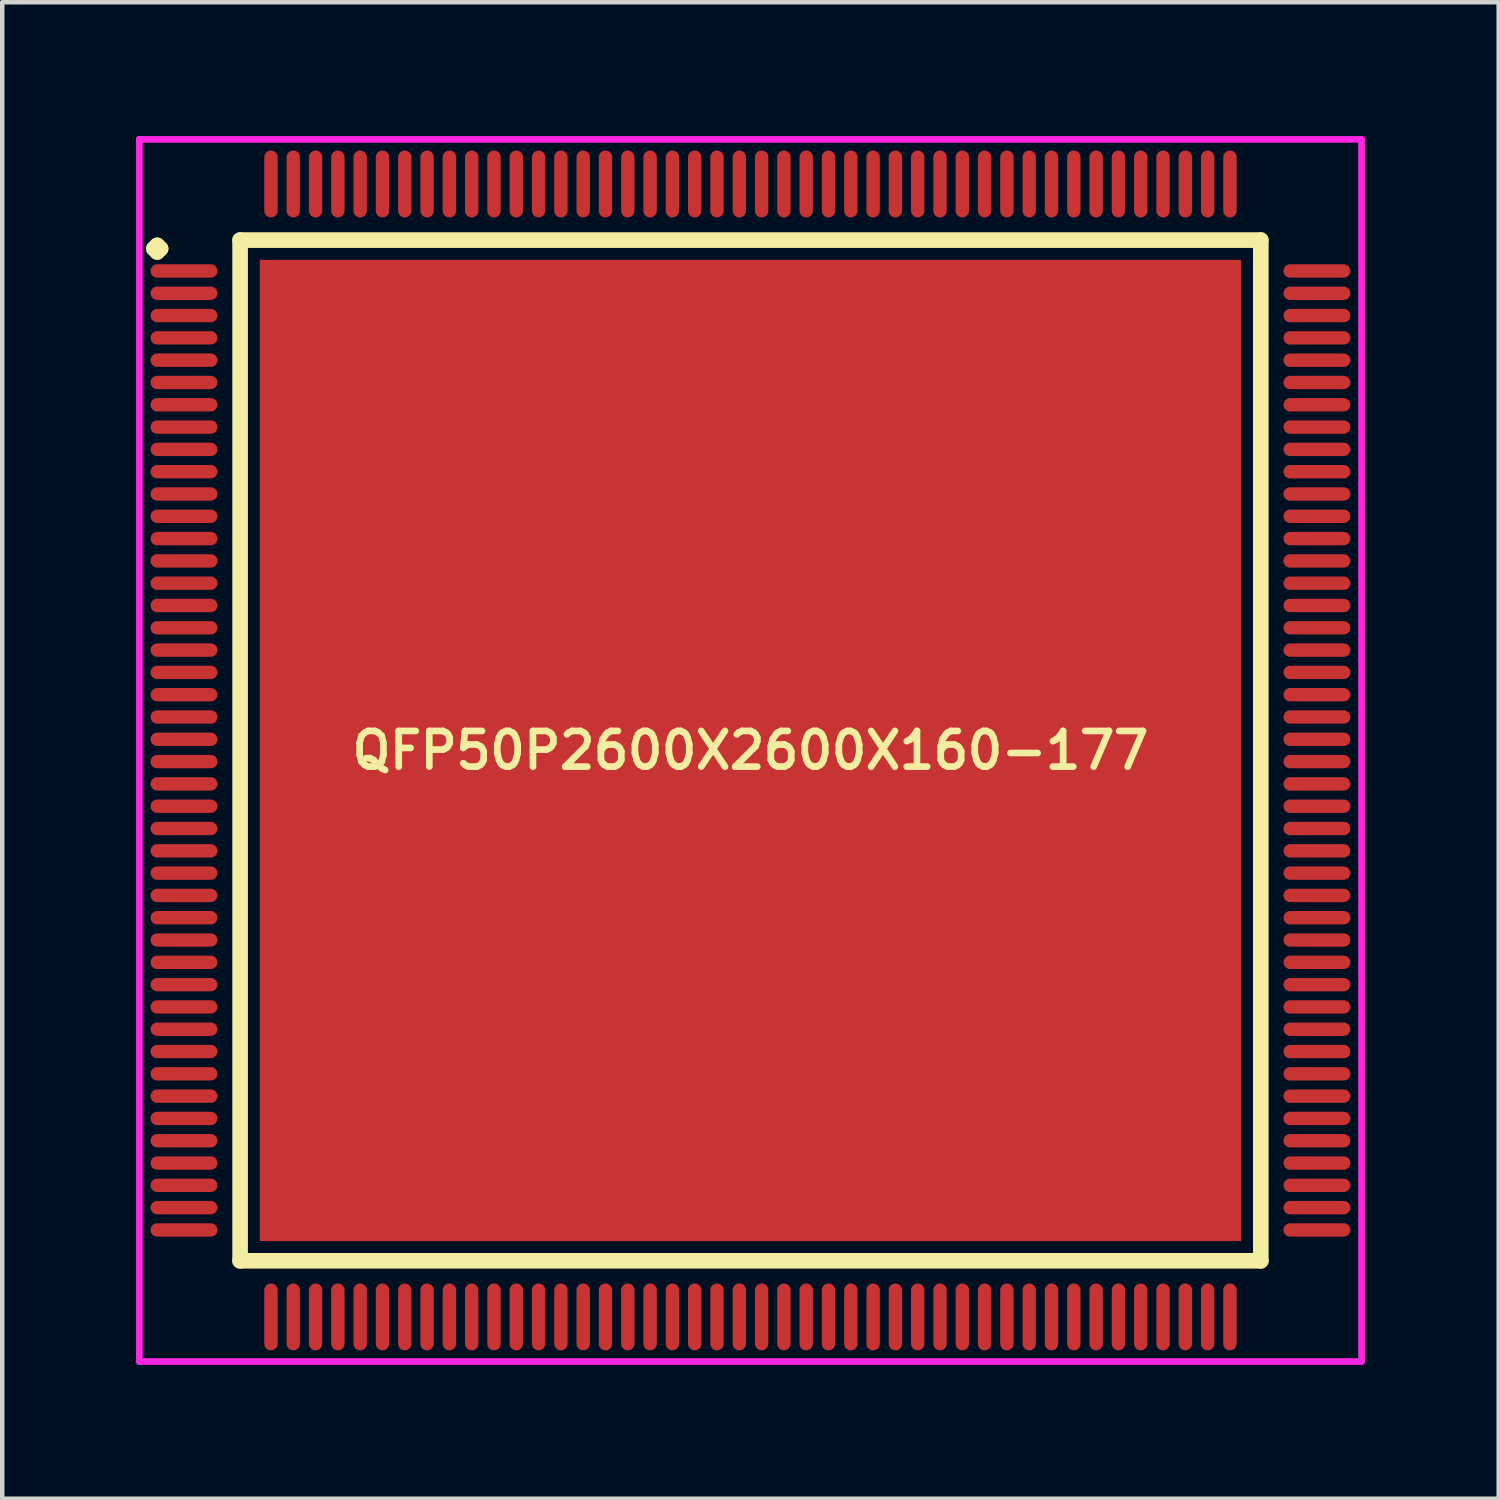
<source format=kicad_pcb>
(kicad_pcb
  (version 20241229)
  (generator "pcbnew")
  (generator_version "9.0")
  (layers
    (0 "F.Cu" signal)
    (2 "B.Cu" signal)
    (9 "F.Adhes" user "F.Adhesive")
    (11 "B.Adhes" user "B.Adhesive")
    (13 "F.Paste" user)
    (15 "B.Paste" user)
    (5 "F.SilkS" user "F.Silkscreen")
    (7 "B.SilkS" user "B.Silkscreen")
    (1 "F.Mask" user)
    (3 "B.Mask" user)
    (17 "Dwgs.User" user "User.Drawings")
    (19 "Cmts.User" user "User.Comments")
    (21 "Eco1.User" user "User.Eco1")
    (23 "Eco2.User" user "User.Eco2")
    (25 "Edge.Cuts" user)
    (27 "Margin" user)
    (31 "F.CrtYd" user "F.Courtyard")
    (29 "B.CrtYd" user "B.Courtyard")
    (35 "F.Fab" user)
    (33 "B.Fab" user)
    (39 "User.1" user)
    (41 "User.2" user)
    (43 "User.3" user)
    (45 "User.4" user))
  (footprint "QFP50P2600X2600X160-177"
    (layer "F.Cu")
    (at 13.775 13.775)
    (property "Reference" "QFP50P2600X2600X160-177" (at 0 0 0) (layer "F.SilkS") (effects (font (size 0.8 0.8) (thickness 0.15))))
    (attr through_hole)
    (fp_line (start -13.375 -11.25) (end -13.3 -11.325) (stroke (width 0.35) (type solid)) (layer "F.SilkS"))
    (fp_line (start -13.3 -11.325) (end -13.225 -11.25) (stroke (width 0.35) (type solid)) (layer "F.SilkS"))
    (fp_line (start -13.3 -11.175) (end -13.375 -11.25) (stroke (width 0.35) (type solid)) (layer "F.SilkS"))
    (fp_line (start -13.225 -11.25) (end -13.3 -11.175) (stroke (width 0.35) (type solid)) (layer "F.SilkS"))
    (fp_line (start -11.442 -11.442) (end -11.442 11.442) (stroke (width 0.35) (type solid)) (layer "F.SilkS"))
    (fp_line (start -11.442 11.442) (end 11.442 11.442) (stroke (width 0.35) (type solid)) (layer "F.SilkS"))
    (fp_line (start 11.442 -11.442) (end -11.442 -11.442) (stroke (width 0.35) (type solid)) (layer "F.SilkS"))
    (fp_line (start 11.442 11.442) (end 11.442 -11.442) (stroke (width 0.35) (type solid)) (layer "F.SilkS"))
    (fp_line (start -13.7 -13.7) (end 13.7 -13.7) (stroke (width 0.15) (type solid)) (layer "F.CrtYd"))
    (fp_line (start -13.7 13.7) (end -13.7 -13.7) (stroke (width 0.15) (type solid)) (layer "F.CrtYd"))
    (fp_line (start 13.7 -13.7) (end 13.7 13.7) (stroke (width 0.15) (type solid)) (layer "F.CrtYd"))
    (fp_line (start 13.7 13.7) (end -13.7 13.7) (stroke (width 0.15) (type solid)) (layer "F.CrtYd"))
    (pad "1" smd oval (at -12.7 -10.75) (size 1.5 0.3) (layers "F.Cu" "F.Mask" "F.Paste"))
    (pad "2" smd oval (at -12.7 -10.25) (size 1.5 0.3) (layers "F.Cu" "F.Mask" "F.Paste"))
    (pad "3" smd oval (at -12.7 -9.75) (size 1.5 0.3) (layers "F.Cu" "F.Mask" "F.Paste"))
    (pad "4" smd oval (at -12.7 -9.25) (size 1.5 0.3) (layers "F.Cu" "F.Mask" "F.Paste"))
    (pad "5" smd oval (at -12.7 -8.75) (size 1.5 0.3) (layers "F.Cu" "F.Mask" "F.Paste"))
    (pad "6" smd oval (at -12.7 -8.25) (size 1.5 0.3) (layers "F.Cu" "F.Mask" "F.Paste"))
    (pad "7" smd oval (at -12.7 -7.75) (size 1.5 0.3) (layers "F.Cu" "F.Mask" "F.Paste"))
    (pad "8" smd oval (at -12.7 -7.25) (size 1.5 0.3) (layers "F.Cu" "F.Mask" "F.Paste"))
    (pad "9" smd oval (at -12.7 -6.75) (size 1.5 0.3) (layers "F.Cu" "F.Mask" "F.Paste"))
    (pad "10" smd oval (at -12.7 -6.25) (size 1.5 0.3) (layers "F.Cu" "F.Mask" "F.Paste"))
    (pad "11" smd oval (at -12.7 -5.75) (size 1.5 0.3) (layers "F.Cu" "F.Mask" "F.Paste"))
    (pad "12" smd oval (at -12.7 -5.25) (size 1.5 0.3) (layers "F.Cu" "F.Mask" "F.Paste"))
    (pad "13" smd oval (at -12.7 -4.75) (size 1.5 0.3) (layers "F.Cu" "F.Mask" "F.Paste"))
    (pad "14" smd oval (at -12.7 -4.25) (size 1.5 0.3) (layers "F.Cu" "F.Mask" "F.Paste"))
    (pad "15" smd oval (at -12.7 -3.75) (size 1.5 0.3) (layers "F.Cu" "F.Mask" "F.Paste"))
    (pad "16" smd oval (at -12.7 -3.25) (size 1.5 0.3) (layers "F.Cu" "F.Mask" "F.Paste"))
    (pad "17" smd oval (at -12.7 -2.75) (size 1.5 0.3) (layers "F.Cu" "F.Mask" "F.Paste"))
    (pad "18" smd oval (at -12.7 -2.25) (size 1.5 0.3) (layers "F.Cu" "F.Mask" "F.Paste"))
    (pad "19" smd oval (at -12.7 -1.75) (size 1.5 0.3) (layers "F.Cu" "F.Mask" "F.Paste"))
    (pad "20" smd oval (at -12.7 -1.25) (size 1.5 0.3) (layers "F.Cu" "F.Mask" "F.Paste"))
    (pad "21" smd oval (at -12.7 -0.75) (size 1.5 0.3) (layers "F.Cu" "F.Mask" "F.Paste"))
    (pad "22" smd oval (at -12.7 -0.25) (size 1.5 0.3) (layers "F.Cu" "F.Mask" "F.Paste"))
    (pad "23" smd oval (at -12.7 0.25) (size 1.5 0.3) (layers "F.Cu" "F.Mask" "F.Paste"))
    (pad "24" smd oval (at -12.7 0.75) (size 1.5 0.3) (layers "F.Cu" "F.Mask" "F.Paste"))
    (pad "25" smd oval (at -12.7 1.25) (size 1.5 0.3) (layers "F.Cu" "F.Mask" "F.Paste"))
    (pad "26" smd oval (at -12.7 1.75) (size 1.5 0.3) (layers "F.Cu" "F.Mask" "F.Paste"))
    (pad "27" smd oval (at -12.7 2.25) (size 1.5 0.3) (layers "F.Cu" "F.Mask" "F.Paste"))
    (pad "28" smd oval (at -12.7 2.75) (size 1.5 0.3) (layers "F.Cu" "F.Mask" "F.Paste"))
    (pad "29" smd oval (at -12.7 3.25) (size 1.5 0.3) (layers "F.Cu" "F.Mask" "F.Paste"))
    (pad "30" smd oval (at -12.7 3.75) (size 1.5 0.3) (layers "F.Cu" "F.Mask" "F.Paste"))
    (pad "31" smd oval (at -12.7 4.25) (size 1.5 0.3) (layers "F.Cu" "F.Mask" "F.Paste"))
    (pad "32" smd oval (at -12.7 4.75) (size 1.5 0.3) (layers "F.Cu" "F.Mask" "F.Paste"))
    (pad "33" smd oval (at -12.7 5.25) (size 1.5 0.3) (layers "F.Cu" "F.Mask" "F.Paste"))
    (pad "34" smd oval (at -12.7 5.75) (size 1.5 0.3) (layers "F.Cu" "F.Mask" "F.Paste"))
    (pad "35" smd oval (at -12.7 6.25) (size 1.5 0.3) (layers "F.Cu" "F.Mask" "F.Paste"))
    (pad "36" smd oval (at -12.7 6.75) (size 1.5 0.3) (layers "F.Cu" "F.Mask" "F.Paste"))
    (pad "37" smd oval (at -12.7 7.25) (size 1.5 0.3) (layers "F.Cu" "F.Mask" "F.Paste"))
    (pad "38" smd oval (at -12.7 7.75) (size 1.5 0.3) (layers "F.Cu" "F.Mask" "F.Paste"))
    (pad "39" smd oval (at -12.7 8.25) (size 1.5 0.3) (layers "F.Cu" "F.Mask" "F.Paste"))
    (pad "40" smd oval (at -12.7 8.75) (size 1.5 0.3) (layers "F.Cu" "F.Mask" "F.Paste"))
    (pad "41" smd oval (at -12.7 9.25) (size 1.5 0.3) (layers "F.Cu" "F.Mask" "F.Paste"))
    (pad "42" smd oval (at -12.7 9.75) (size 1.5 0.3) (layers "F.Cu" "F.Mask" "F.Paste"))
    (pad "43" smd oval (at -12.7 10.25) (size 1.5 0.3) (layers "F.Cu" "F.Mask" "F.Paste"))
    (pad "44" smd oval (at -12.7 10.75) (size 1.5 0.3) (layers "F.Cu" "F.Mask" "F.Paste"))
    (pad "45" smd oval (at -10.75 12.7) (size 0.3 1.5) (layers "F.Cu" "F.Mask" "F.Paste"))
    (pad "46" smd oval (at -10.25 12.7) (size 0.3 1.5) (layers "F.Cu" "F.Mask" "F.Paste"))
    (pad "47" smd oval (at -9.75 12.7) (size 0.3 1.5) (layers "F.Cu" "F.Mask" "F.Paste"))
    (pad "48" smd oval (at -9.25 12.7) (size 0.3 1.5) (layers "F.Cu" "F.Mask" "F.Paste"))
    (pad "49" smd oval (at -8.75 12.7) (size 0.3 1.5) (layers "F.Cu" "F.Mask" "F.Paste"))
    (pad "50" smd oval (at -8.25 12.7) (size 0.3 1.5) (layers "F.Cu" "F.Mask" "F.Paste"))
    (pad "51" smd oval (at -7.75 12.7) (size 0.3 1.5) (layers "F.Cu" "F.Mask" "F.Paste"))
    (pad "52" smd oval (at -7.25 12.7) (size 0.3 1.5) (layers "F.Cu" "F.Mask" "F.Paste"))
    (pad "53" smd oval (at -6.75 12.7) (size 0.3 1.5) (layers "F.Cu" "F.Mask" "F.Paste"))
    (pad "54" smd oval (at -6.25 12.7) (size 0.3 1.5) (layers "F.Cu" "F.Mask" "F.Paste"))
    (pad "55" smd oval (at -5.75 12.7) (size 0.3 1.5) (layers "F.Cu" "F.Mask" "F.Paste"))
    (pad "56" smd oval (at -5.25 12.7) (size 0.3 1.5) (layers "F.Cu" "F.Mask" "F.Paste"))
    (pad "57" smd oval (at -4.75 12.7) (size 0.3 1.5) (layers "F.Cu" "F.Mask" "F.Paste"))
    (pad "58" smd oval (at -4.25 12.7) (size 0.3 1.5) (layers "F.Cu" "F.Mask" "F.Paste"))
    (pad "59" smd oval (at -3.75 12.7) (size 0.3 1.5) (layers "F.Cu" "F.Mask" "F.Paste"))
    (pad "60" smd oval (at -3.25 12.7) (size 0.3 1.5) (layers "F.Cu" "F.Mask" "F.Paste"))
    (pad "61" smd oval (at -2.75 12.7) (size 0.3 1.5) (layers "F.Cu" "F.Mask" "F.Paste"))
    (pad "62" smd oval (at -2.25 12.7) (size 0.3 1.5) (layers "F.Cu" "F.Mask" "F.Paste"))
    (pad "63" smd oval (at -1.75 12.7) (size 0.3 1.5) (layers "F.Cu" "F.Mask" "F.Paste"))
    (pad "64" smd oval (at -1.25 12.7) (size 0.3 1.5) (layers "F.Cu" "F.Mask" "F.Paste"))
    (pad "65" smd oval (at -0.75 12.7) (size 0.3 1.5) (layers "F.Cu" "F.Mask" "F.Paste"))
    (pad "66" smd oval (at -0.25 12.7) (size 0.3 1.5) (layers "F.Cu" "F.Mask" "F.Paste"))
    (pad "67" smd oval (at 0.25 12.7) (size 0.3 1.5) (layers "F.Cu" "F.Mask" "F.Paste"))
    (pad "68" smd oval (at 0.75 12.7) (size 0.3 1.5) (layers "F.Cu" "F.Mask" "F.Paste"))
    (pad "69" smd oval (at 1.25 12.7) (size 0.3 1.5) (layers "F.Cu" "F.Mask" "F.Paste"))
    (pad "70" smd oval (at 1.75 12.7) (size 0.3 1.5) (layers "F.Cu" "F.Mask" "F.Paste"))
    (pad "71" smd oval (at 2.25 12.7) (size 0.3 1.5) (layers "F.Cu" "F.Mask" "F.Paste"))
    (pad "72" smd oval (at 2.75 12.7) (size 0.3 1.5) (layers "F.Cu" "F.Mask" "F.Paste"))
    (pad "73" smd oval (at 3.25 12.7) (size 0.3 1.5) (layers "F.Cu" "F.Mask" "F.Paste"))
    (pad "74" smd oval (at 3.75 12.7) (size 0.3 1.5) (layers "F.Cu" "F.Mask" "F.Paste"))
    (pad "75" smd oval (at 4.25 12.7) (size 0.3 1.5) (layers "F.Cu" "F.Mask" "F.Paste"))
    (pad "76" smd oval (at 4.75 12.7) (size 0.3 1.5) (layers "F.Cu" "F.Mask" "F.Paste"))
    (pad "77" smd oval (at 5.25 12.7) (size 0.3 1.5) (layers "F.Cu" "F.Mask" "F.Paste"))
    (pad "78" smd oval (at 5.75 12.7) (size 0.3 1.5) (layers "F.Cu" "F.Mask" "F.Paste"))
    (pad "79" smd oval (at 6.25 12.7) (size 0.3 1.5) (layers "F.Cu" "F.Mask" "F.Paste"))
    (pad "80" smd oval (at 6.75 12.7) (size 0.3 1.5) (layers "F.Cu" "F.Mask" "F.Paste"))
    (pad "81" smd oval (at 7.25 12.7) (size 0.3 1.5) (layers "F.Cu" "F.Mask" "F.Paste"))
    (pad "82" smd oval (at 7.75 12.7) (size 0.3 1.5) (layers "F.Cu" "F.Mask" "F.Paste"))
    (pad "83" smd oval (at 8.25 12.7) (size 0.3 1.5) (layers "F.Cu" "F.Mask" "F.Paste"))
    (pad "84" smd oval (at 8.75 12.7) (size 0.3 1.5) (layers "F.Cu" "F.Mask" "F.Paste"))
    (pad "85" smd oval (at 9.25 12.7) (size 0.3 1.5) (layers "F.Cu" "F.Mask" "F.Paste"))
    (pad "86" smd oval (at 9.75 12.7) (size 0.3 1.5) (layers "F.Cu" "F.Mask" "F.Paste"))
    (pad "87" smd oval (at 10.25 12.7) (size 0.3 1.5) (layers "F.Cu" "F.Mask" "F.Paste"))
    (pad "88" smd oval (at 10.75 12.7) (size 0.3 1.5) (layers "F.Cu" "F.Mask" "F.Paste"))
    (pad "89" smd oval (at 12.7 10.75) (size 1.5 0.3) (layers "F.Cu" "F.Mask" "F.Paste"))
    (pad "90" smd oval (at 12.7 10.25) (size 1.5 0.3) (layers "F.Cu" "F.Mask" "F.Paste"))
    (pad "91" smd oval (at 12.7 9.75) (size 1.5 0.3) (layers "F.Cu" "F.Mask" "F.Paste"))
    (pad "92" smd oval (at 12.7 9.25) (size 1.5 0.3) (layers "F.Cu" "F.Mask" "F.Paste"))
    (pad "93" smd oval (at 12.7 8.75) (size 1.5 0.3) (layers "F.Cu" "F.Mask" "F.Paste"))
    (pad "94" smd oval (at 12.7 8.25) (size 1.5 0.3) (layers "F.Cu" "F.Mask" "F.Paste"))
    (pad "95" smd oval (at 12.7 7.75) (size 1.5 0.3) (layers "F.Cu" "F.Mask" "F.Paste"))
    (pad "96" smd oval (at 12.7 7.25) (size 1.5 0.3) (layers "F.Cu" "F.Mask" "F.Paste"))
    (pad "97" smd oval (at 12.7 6.75) (size 1.5 0.3) (layers "F.Cu" "F.Mask" "F.Paste"))
    (pad "98" smd oval (at 12.7 6.25) (size 1.5 0.3) (layers "F.Cu" "F.Mask" "F.Paste"))
    (pad "99" smd oval (at 12.7 5.75) (size 1.5 0.3) (layers "F.Cu" "F.Mask" "F.Paste"))
    (pad "100" smd oval (at 12.7 5.25) (size 1.5 0.3) (layers "F.Cu" "F.Mask" "F.Paste"))
    (pad "101" smd oval (at 12.7 4.75) (size 1.5 0.3) (layers "F.Cu" "F.Mask" "F.Paste"))
    (pad "102" smd oval (at 12.7 4.25) (size 1.5 0.3) (layers "F.Cu" "F.Mask" "F.Paste"))
    (pad "103" smd oval (at 12.7 3.75) (size 1.5 0.3) (layers "F.Cu" "F.Mask" "F.Paste"))
    (pad "104" smd oval (at 12.7 3.25) (size 1.5 0.3) (layers "F.Cu" "F.Mask" "F.Paste"))
    (pad "105" smd oval (at 12.7 2.75) (size 1.5 0.3) (layers "F.Cu" "F.Mask" "F.Paste"))
    (pad "106" smd oval (at 12.7 2.25) (size 1.5 0.3) (layers "F.Cu" "F.Mask" "F.Paste"))
    (pad "107" smd oval (at 12.7 1.75) (size 1.5 0.3) (layers "F.Cu" "F.Mask" "F.Paste"))
    (pad "108" smd oval (at 12.7 1.25) (size 1.5 0.3) (layers "F.Cu" "F.Mask" "F.Paste"))
    (pad "109" smd oval (at 12.7 0.75) (size 1.5 0.3) (layers "F.Cu" "F.Mask" "F.Paste"))
    (pad "110" smd oval (at 12.7 0.25) (size 1.5 0.3) (layers "F.Cu" "F.Mask" "F.Paste"))
    (pad "111" smd oval (at 12.7 -0.25) (size 1.5 0.3) (layers "F.Cu" "F.Mask" "F.Paste"))
    (pad "112" smd oval (at 12.7 -0.75) (size 1.5 0.3) (layers "F.Cu" "F.Mask" "F.Paste"))
    (pad "113" smd oval (at 12.7 -1.25) (size 1.5 0.3) (layers "F.Cu" "F.Mask" "F.Paste"))
    (pad "114" smd oval (at 12.7 -1.75) (size 1.5 0.3) (layers "F.Cu" "F.Mask" "F.Paste"))
    (pad "115" smd oval (at 12.7 -2.25) (size 1.5 0.3) (layers "F.Cu" "F.Mask" "F.Paste"))
    (pad "116" smd oval (at 12.7 -2.75) (size 1.5 0.3) (layers "F.Cu" "F.Mask" "F.Paste"))
    (pad "117" smd oval (at 12.7 -3.25) (size 1.5 0.3) (layers "F.Cu" "F.Mask" "F.Paste"))
    (pad "118" smd oval (at 12.7 -3.75) (size 1.5 0.3) (layers "F.Cu" "F.Mask" "F.Paste"))
    (pad "119" smd oval (at 12.7 -4.25) (size 1.5 0.3) (layers "F.Cu" "F.Mask" "F.Paste"))
    (pad "120" smd oval (at 12.7 -4.75) (size 1.5 0.3) (layers "F.Cu" "F.Mask" "F.Paste"))
    (pad "121" smd oval (at 12.7 -5.25) (size 1.5 0.3) (layers "F.Cu" "F.Mask" "F.Paste"))
    (pad "122" smd oval (at 12.7 -5.75) (size 1.5 0.3) (layers "F.Cu" "F.Mask" "F.Paste"))
    (pad "123" smd oval (at 12.7 -6.25) (size 1.5 0.3) (layers "F.Cu" "F.Mask" "F.Paste"))
    (pad "124" smd oval (at 12.7 -6.75) (size 1.5 0.3) (layers "F.Cu" "F.Mask" "F.Paste"))
    (pad "125" smd oval (at 12.7 -7.25) (size 1.5 0.3) (layers "F.Cu" "F.Mask" "F.Paste"))
    (pad "126" smd oval (at 12.7 -7.75) (size 1.5 0.3) (layers "F.Cu" "F.Mask" "F.Paste"))
    (pad "127" smd oval (at 12.7 -8.25) (size 1.5 0.3) (layers "F.Cu" "F.Mask" "F.Paste"))
    (pad "128" smd oval (at 12.7 -8.75) (size 1.5 0.3) (layers "F.Cu" "F.Mask" "F.Paste"))
    (pad "129" smd oval (at 12.7 -9.25) (size 1.5 0.3) (layers "F.Cu" "F.Mask" "F.Paste"))
    (pad "130" smd oval (at 12.7 -9.75) (size 1.5 0.3) (layers "F.Cu" "F.Mask" "F.Paste"))
    (pad "131" smd oval (at 12.7 -10.25) (size 1.5 0.3) (layers "F.Cu" "F.Mask" "F.Paste"))
    (pad "132" smd oval (at 12.7 -10.75) (size 1.5 0.3) (layers "F.Cu" "F.Mask" "F.Paste"))
    (pad "133" smd oval (at 10.75 -12.7) (size 0.3 1.5) (layers "F.Cu" "F.Mask" "F.Paste"))
    (pad "134" smd oval (at 10.25 -12.7) (size 0.3 1.5) (layers "F.Cu" "F.Mask" "F.Paste"))
    (pad "135" smd oval (at 9.75 -12.7) (size 0.3 1.5) (layers "F.Cu" "F.Mask" "F.Paste"))
    (pad "136" smd oval (at 9.25 -12.7) (size 0.3 1.5) (layers "F.Cu" "F.Mask" "F.Paste"))
    (pad "137" smd oval (at 8.75 -12.7) (size 0.3 1.5) (layers "F.Cu" "F.Mask" "F.Paste"))
    (pad "138" smd oval (at 8.25 -12.7) (size 0.3 1.5) (layers "F.Cu" "F.Mask" "F.Paste"))
    (pad "139" smd oval (at 7.75 -12.7) (size 0.3 1.5) (layers "F.Cu" "F.Mask" "F.Paste"))
    (pad "140" smd oval (at 7.25 -12.7) (size 0.3 1.5) (layers "F.Cu" "F.Mask" "F.Paste"))
    (pad "141" smd oval (at 6.75 -12.7) (size 0.3 1.5) (layers "F.Cu" "F.Mask" "F.Paste"))
    (pad "142" smd oval (at 6.25 -12.7) (size 0.3 1.5) (layers "F.Cu" "F.Mask" "F.Paste"))
    (pad "143" smd oval (at 5.75 -12.7) (size 0.3 1.5) (layers "F.Cu" "F.Mask" "F.Paste"))
    (pad "144" smd oval (at 5.25 -12.7) (size 0.3 1.5) (layers "F.Cu" "F.Mask" "F.Paste"))
    (pad "145" smd oval (at 4.75 -12.7) (size 0.3 1.5) (layers "F.Cu" "F.Mask" "F.Paste"))
    (pad "146" smd oval (at 4.25 -12.7) (size 0.3 1.5) (layers "F.Cu" "F.Mask" "F.Paste"))
    (pad "147" smd oval (at 3.75 -12.7) (size 0.3 1.5) (layers "F.Cu" "F.Mask" "F.Paste"))
    (pad "148" smd oval (at 3.25 -12.7) (size 0.3 1.5) (layers "F.Cu" "F.Mask" "F.Paste"))
    (pad "149" smd oval (at 2.75 -12.7) (size 0.3 1.5) (layers "F.Cu" "F.Mask" "F.Paste"))
    (pad "150" smd oval (at 2.25 -12.7) (size 0.3 1.5) (layers "F.Cu" "F.Mask" "F.Paste"))
    (pad "151" smd oval (at 1.75 -12.7) (size 0.3 1.5) (layers "F.Cu" "F.Mask" "F.Paste"))
    (pad "152" smd oval (at 1.25 -12.7) (size 0.3 1.5) (layers "F.Cu" "F.Mask" "F.Paste"))
    (pad "153" smd oval (at 0.75 -12.7) (size 0.3 1.5) (layers "F.Cu" "F.Mask" "F.Paste"))
    (pad "154" smd oval (at 0.25 -12.7) (size 0.3 1.5) (layers "F.Cu" "F.Mask" "F.Paste"))
    (pad "155" smd oval (at -0.25 -12.7) (size 0.3 1.5) (layers "F.Cu" "F.Mask" "F.Paste"))
    (pad "156" smd oval (at -0.75 -12.7) (size 0.3 1.5) (layers "F.Cu" "F.Mask" "F.Paste"))
    (pad "157" smd oval (at -1.25 -12.7) (size 0.3 1.5) (layers "F.Cu" "F.Mask" "F.Paste"))
    (pad "158" smd oval (at -1.75 -12.7) (size 0.3 1.5) (layers "F.Cu" "F.Mask" "F.Paste"))
    (pad "159" smd oval (at -2.25 -12.7) (size 0.3 1.5) (layers "F.Cu" "F.Mask" "F.Paste"))
    (pad "160" smd oval (at -2.75 -12.7) (size 0.3 1.5) (layers "F.Cu" "F.Mask" "F.Paste"))
    (pad "161" smd oval (at -3.25 -12.7) (size 0.3 1.5) (layers "F.Cu" "F.Mask" "F.Paste"))
    (pad "162" smd oval (at -3.75 -12.7) (size 0.3 1.5) (layers "F.Cu" "F.Mask" "F.Paste"))
    (pad "163" smd oval (at -4.25 -12.7) (size 0.3 1.5) (layers "F.Cu" "F.Mask" "F.Paste"))
    (pad "164" smd oval (at -4.75 -12.7) (size 0.3 1.5) (layers "F.Cu" "F.Mask" "F.Paste"))
    (pad "165" smd oval (at -5.25 -12.7) (size 0.3 1.5) (layers "F.Cu" "F.Mask" "F.Paste"))
    (pad "166" smd oval (at -5.75 -12.7) (size 0.3 1.5) (layers "F.Cu" "F.Mask" "F.Paste"))
    (pad "167" smd oval (at -6.25 -12.7) (size 0.3 1.5) (layers "F.Cu" "F.Mask" "F.Paste"))
    (pad "168" smd oval (at -6.75 -12.7) (size 0.3 1.5) (layers "F.Cu" "F.Mask" "F.Paste"))
    (pad "169" smd oval (at -7.25 -12.7) (size 0.3 1.5) (layers "F.Cu" "F.Mask" "F.Paste"))
    (pad "170" smd oval (at -7.75 -12.7) (size 0.3 1.5) (layers "F.Cu" "F.Mask" "F.Paste"))
    (pad "171" smd oval (at -8.25 -12.7) (size 0.3 1.5) (layers "F.Cu" "F.Mask" "F.Paste"))
    (pad "172" smd oval (at -8.75 -12.7) (size 0.3 1.5) (layers "F.Cu" "F.Mask" "F.Paste"))
    (pad "173" smd oval (at -9.25 -12.7) (size 0.3 1.5) (layers "F.Cu" "F.Mask" "F.Paste"))
    (pad "174" smd oval (at -9.75 -12.7) (size 0.3 1.5) (layers "F.Cu" "F.Mask" "F.Paste"))
    (pad "175" smd oval (at -10.25 -12.7) (size 0.3 1.5) (layers "F.Cu" "F.Mask" "F.Paste"))
    (pad "176" smd oval (at -10.75 -12.7) (size 0.3 1.5) (layers "F.Cu" "F.Mask" "F.Paste"))
    (pad "177" smd rect (at 0 0) (size 22 22) (layers "F.Cu" "F.Mask" "F.Paste")))
  (gr_rect
    (start -3 -3)
    (end 30.55 30.55)
    (stroke (width 0.1) (type default))
    (fill no)
    (layer "Edge.Cuts")))
</source>
